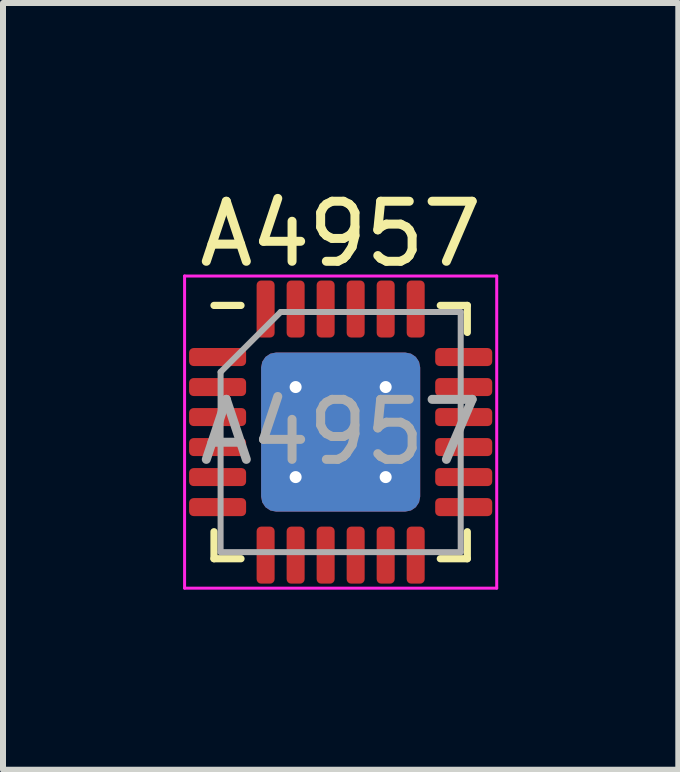
<source format=kicad_pcb>
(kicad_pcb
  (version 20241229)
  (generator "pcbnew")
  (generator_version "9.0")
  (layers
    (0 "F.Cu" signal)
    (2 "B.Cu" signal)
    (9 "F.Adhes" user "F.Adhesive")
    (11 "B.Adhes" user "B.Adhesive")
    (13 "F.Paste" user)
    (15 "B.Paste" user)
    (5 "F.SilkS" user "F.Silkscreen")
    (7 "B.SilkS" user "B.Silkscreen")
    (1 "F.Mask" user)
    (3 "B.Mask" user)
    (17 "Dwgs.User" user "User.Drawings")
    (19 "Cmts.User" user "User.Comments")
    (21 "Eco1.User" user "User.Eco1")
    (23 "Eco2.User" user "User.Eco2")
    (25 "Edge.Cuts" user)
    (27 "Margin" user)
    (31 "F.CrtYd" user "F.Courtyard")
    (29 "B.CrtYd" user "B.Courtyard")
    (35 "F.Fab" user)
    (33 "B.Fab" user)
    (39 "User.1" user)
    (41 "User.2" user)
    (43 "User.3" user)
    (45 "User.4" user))
  (footprint "A4957"
    (layer "F.Cu")
    (at 2.625 4.148)
    (property "Reference" "A4957" (at 0 -3.3 0) (layer "F.SilkS") (effects (font (size 1 1) (thickness 0.15))))
    (attr smd)
    (fp_line (start -2.11 2.11) (end -2.11 1.66) (stroke (width 0.12) (type solid)) (layer "F.SilkS"))
    (fp_line (start -1.66 -2.11) (end -2.11 -2.11) (stroke (width 0.12) (type solid)) (layer "F.SilkS"))
    (fp_line (start -1.66 2.11) (end -2.11 2.11) (stroke (width 0.12) (type solid)) (layer "F.SilkS"))
    (fp_line (start 1.66 -2.11) (end 2.11 -2.11) (stroke (width 0.12) (type solid)) (layer "F.SilkS"))
    (fp_line (start 1.66 2.11) (end 2.11 2.11) (stroke (width 0.12) (type solid)) (layer "F.SilkS"))
    (fp_line (start 2.11 -2.11) (end 2.11 -1.66) (stroke (width 0.12) (type solid)) (layer "F.SilkS"))
    (fp_line (start 2.11 2.11) (end 2.11 1.66) (stroke (width 0.12) (type solid)) (layer "F.SilkS"))
    (fp_line (start -2.6 -2.6) (end -2.6 2.6) (stroke (width 0.05) (type solid)) (layer "F.CrtYd"))
    (fp_line (start -2.6 2.6) (end 2.6 2.6) (stroke (width 0.05) (type solid)) (layer "F.CrtYd"))
    (fp_line (start 2.6 -2.6) (end -2.6 -2.6) (stroke (width 0.05) (type solid)) (layer "F.CrtYd"))
    (fp_line (start 2.6 2.6) (end 2.6 -2.6) (stroke (width 0.05) (type solid)) (layer "F.CrtYd"))
    (fp_line (start -2 -1) (end -1 -2) (stroke (width 0.1) (type solid)) (layer "F.Fab"))
    (fp_line (start -2 2) (end -2 -1) (stroke (width 0.1) (type solid)) (layer "F.Fab"))
    (fp_line (start -1 -2) (end 2 -2) (stroke (width 0.1) (type solid)) (layer "F.Fab"))
    (fp_line (start 2 -2) (end 2 2) (stroke (width 0.1) (type solid)) (layer "F.Fab"))
    (fp_line (start 2 2) (end -2 2) (stroke (width 0.1) (type solid)) (layer "F.Fab"))
    (fp_text user "${REFERENCE}" (at 0 0 0) (layer "F.Fab") (effects (font (size 1 1) (thickness 0.15))))
    (pad "" smd roundrect (at -0.66 -0.66) (size 1.15 1.15) (layers "F.Paste") (roundrect_rratio 0.217))
    (pad "" smd roundrect (at -0.66 0.66) (size 1.15 1.15) (layers "F.Paste") (roundrect_rratio 0.217))
    (pad "" smd roundrect (at 0.66 -0.66) (size 1.15 1.15) (layers "F.Paste") (roundrect_rratio 0.217))
    (pad "" smd roundrect (at 0.66 0.66) (size 1.15 1.15) (layers "F.Paste") (roundrect_rratio 0.217))
    (pad "1" smd roundrect (at -2.05 -1.25) (size 0.95 0.3) (layers "F.Cu" "F.Mask" "F.Paste") (roundrect_rratio 0.25))
    (pad "2" smd roundrect (at -2.05 -0.75) (size 0.95 0.3) (layers "F.Cu" "F.Mask" "F.Paste") (roundrect_rratio 0.25))
    (pad "3" smd roundrect (at -2.05 -0.25) (size 0.95 0.3) (layers "F.Cu" "F.Mask" "F.Paste") (roundrect_rratio 0.25))
    (pad "4" smd roundrect (at -2.05 0.25) (size 0.95 0.3) (layers "F.Cu" "F.Mask" "F.Paste") (roundrect_rratio 0.25))
    (pad "5" smd roundrect (at -2.05 0.75) (size 0.95 0.3) (layers "F.Cu" "F.Mask" "F.Paste") (roundrect_rratio 0.25))
    (pad "6" smd roundrect (at -2.05 1.25) (size 0.95 0.3) (layers "F.Cu" "F.Mask" "F.Paste") (roundrect_rratio 0.25))
    (pad "7" smd roundrect (at -1.25 2.05) (size 0.3 0.95) (layers "F.Cu" "F.Mask" "F.Paste") (roundrect_rratio 0.25))
    (pad "8" smd roundrect (at -0.75 2.05) (size 0.3 0.95) (layers "F.Cu" "F.Mask" "F.Paste") (roundrect_rratio 0.25))
    (pad "9" smd roundrect (at -0.25 2.05) (size 0.3 0.95) (layers "F.Cu" "F.Mask" "F.Paste") (roundrect_rratio 0.25))
    (pad "10" smd roundrect (at 0.25 2.05) (size 0.3 0.95) (layers "F.Cu" "F.Mask" "F.Paste") (roundrect_rratio 0.25))
    (pad "11" smd roundrect (at 0.75 2.05) (size 0.3 0.95) (layers "F.Cu" "F.Mask" "F.Paste") (roundrect_rratio 0.25))
    (pad "12" smd roundrect (at 1.25 2.05) (size 0.3 0.95) (layers "F.Cu" "F.Mask" "F.Paste") (roundrect_rratio 0.25))
    (pad "13" smd roundrect (at 2.05 1.25) (size 0.95 0.3) (layers "F.Cu" "F.Mask" "F.Paste") (roundrect_rratio 0.25))
    (pad "14" smd roundrect (at 2.05 0.75) (size 0.95 0.3) (layers "F.Cu" "F.Mask" "F.Paste") (roundrect_rratio 0.25))
    (pad "15" smd roundrect (at 2.05 0.25) (size 0.95 0.3) (layers "F.Cu" "F.Mask" "F.Paste") (roundrect_rratio 0.25))
    (pad "16" smd roundrect (at 2.05 -0.25) (size 0.95 0.3) (layers "F.Cu" "F.Mask" "F.Paste") (roundrect_rratio 0.25))
    (pad "17" smd roundrect (at 2.05 -0.75) (size 0.95 0.3) (layers "F.Cu" "F.Mask" "F.Paste") (roundrect_rratio 0.25))
    (pad "18" smd roundrect (at 2.05 -1.25) (size 0.95 0.3) (layers "F.Cu" "F.Mask" "F.Paste") (roundrect_rratio 0.25))
    (pad "19" smd roundrect (at 1.25 -2.05) (size 0.3 0.95) (layers "F.Cu" "F.Mask" "F.Paste") (roundrect_rratio 0.25))
    (pad "20" smd roundrect (at 0.75 -2.05) (size 0.3 0.95) (layers "F.Cu" "F.Mask" "F.Paste") (roundrect_rratio 0.25))
    (pad "21" smd roundrect (at 0.25 -2.05) (size 0.3 0.95) (layers "F.Cu" "F.Mask" "F.Paste") (roundrect_rratio 0.25))
    (pad "22" smd roundrect (at -0.25 -2.05) (size 0.3 0.95) (layers "F.Cu" "F.Mask" "F.Paste") (roundrect_rratio 0.25))
    (pad "23" smd roundrect (at -0.75 -2.05) (size 0.3 0.95) (layers "F.Cu" "F.Mask" "F.Paste") (roundrect_rratio 0.25))
    (pad "24" smd roundrect (at -1.25 -2.05) (size 0.3 0.95) (layers "F.Cu" "F.Mask" "F.Paste") (roundrect_rratio 0.25))
    (pad "25" thru_hole circle (at -0.75 -0.75) (size 0.5 0.5) (drill 0.2) (layers "*.Cu"))
    (pad "25" thru_hole circle (at -0.75 0.75) (size 0.5 0.5) (drill 0.2) (layers "*.Cu"))
    (pad "25" smd roundrect (at 0 0) (size 2.65 2.65) (layers "F.Cu" "F.Mask") (roundrect_rratio 0.094))
    (pad "25" smd roundrect (at 0 0) (size 2.65 2.65) (layers "B.Cu") (roundrect_rratio 0.094))
    (pad "25" thru_hole circle (at 0.75 -0.75) (size 0.5 0.5) (drill 0.2) (layers "*.Cu"))
    (pad "25" thru_hole circle (at 0.75 0.75) (size 0.5 0.5) (drill 0.2) (layers "*.Cu")))
  (gr_rect
    (start -3 -3)
    (end 8.25 9.773)
    (stroke (width 0.1) (type default))
    (fill no)
    (layer "Edge.Cuts")))
</source>
